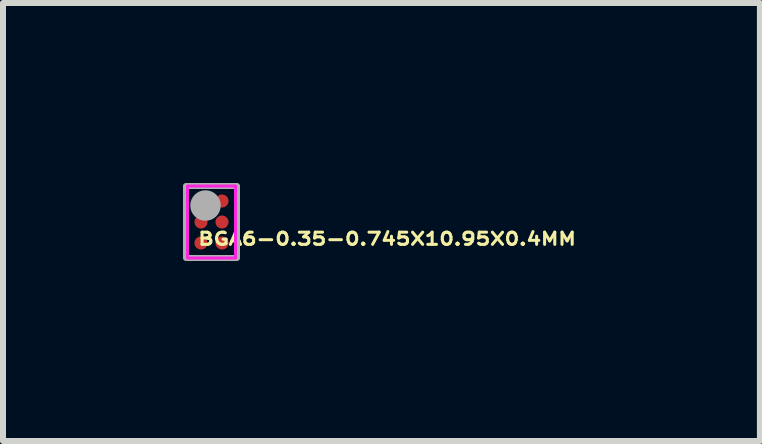
<source format=kicad_pcb>
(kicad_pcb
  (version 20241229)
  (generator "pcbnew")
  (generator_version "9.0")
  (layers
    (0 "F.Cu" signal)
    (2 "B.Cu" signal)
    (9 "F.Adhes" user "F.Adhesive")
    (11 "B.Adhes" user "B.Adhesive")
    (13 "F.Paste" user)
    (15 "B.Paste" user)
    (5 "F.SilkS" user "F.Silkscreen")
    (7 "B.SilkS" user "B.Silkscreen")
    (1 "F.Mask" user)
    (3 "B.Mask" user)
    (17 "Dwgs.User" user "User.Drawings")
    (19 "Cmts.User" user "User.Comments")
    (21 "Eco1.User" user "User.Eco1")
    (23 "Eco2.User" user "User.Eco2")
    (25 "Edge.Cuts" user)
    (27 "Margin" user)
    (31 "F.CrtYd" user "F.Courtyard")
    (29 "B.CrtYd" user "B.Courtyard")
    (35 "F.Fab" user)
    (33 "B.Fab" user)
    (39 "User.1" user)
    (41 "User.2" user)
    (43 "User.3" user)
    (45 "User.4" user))
  (footprint "BGA6-0.35-0.745X10.95X0.4MM"
    (layer "F.Cu")
    (at 0.475 0.65)
    (property "Reference" "BGA6-0.35-0.745X10.95X0.4MM" (at -0.251 0.4 0) (layer "F.SilkS") (effects (font (size 0.203 0.254) (thickness 0.127)) (justify left bottom)))
    (fp_rect (start -0.4 -0.6) (end 0.4 0.6) (stroke (width 0.05) (type default)) (fill no) (layer "F.CrtYd"))
    (fp_rect (start -0.425 -0.6) (end 0.425 0.6) (stroke (width 0.1) (type default)) (fill no) (layer "F.Fab"))
    (fp_circle (center -0.1 -0.275) (end 0.027 -0.275) (stroke (width 0.254) (type default)) (fill no) (layer "F.Fab"))
    (pad "A1" smd roundrect (at -0.175 -0.35) (size 0.22 0.22) (layers "F.Cu" "F.Mask" "F.Paste") (roundrect_rratio 0.5))
    (pad "A2" smd roundrect (at 0.175 -0.35) (size 0.22 0.22) (layers "F.Cu" "F.Mask" "F.Paste") (roundrect_rratio 0.5))
    (pad "B1" smd roundrect (at -0.175 0) (size 0.22 0.22) (layers "F.Cu" "F.Mask" "F.Paste") (roundrect_rratio 0.5))
    (pad "B2" smd roundrect (at 0.175 0) (size 0.22 0.22) (layers "F.Cu" "F.Mask" "F.Paste") (roundrect_rratio 0.5))
    (pad "C1" smd roundrect (at -0.175 0.35) (size 0.22 0.22) (layers "F.Cu" "F.Mask" "F.Paste") (roundrect_rratio 0.5))
    (pad "C2" smd roundrect (at 0.175 0.35) (size 0.22 0.22) (layers "F.Cu" "F.Mask" "F.Paste") (roundrect_rratio 0.5)))
  (gr_rect
    (start -3 -3)
    (end 9.615 4.3)
    (stroke (width 0.1) (type default))
    (fill no)
    (layer "Edge.Cuts")))
</source>
